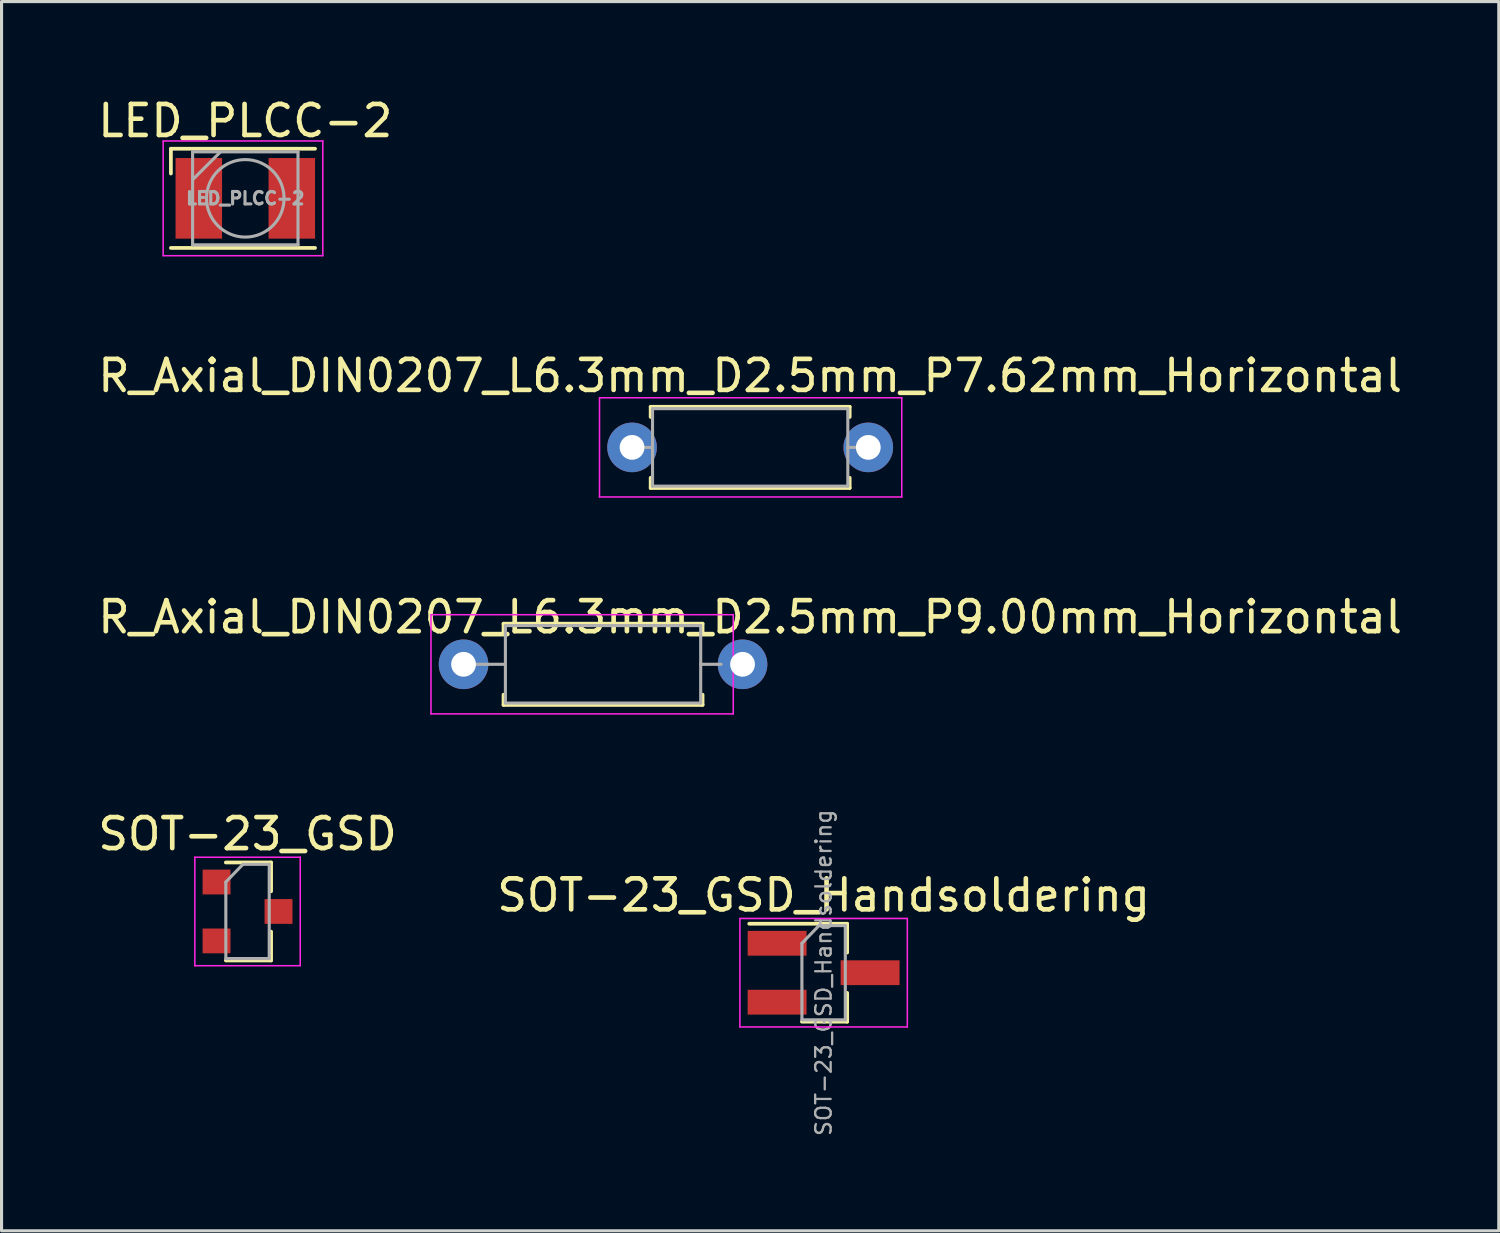
<source format=kicad_pcb>
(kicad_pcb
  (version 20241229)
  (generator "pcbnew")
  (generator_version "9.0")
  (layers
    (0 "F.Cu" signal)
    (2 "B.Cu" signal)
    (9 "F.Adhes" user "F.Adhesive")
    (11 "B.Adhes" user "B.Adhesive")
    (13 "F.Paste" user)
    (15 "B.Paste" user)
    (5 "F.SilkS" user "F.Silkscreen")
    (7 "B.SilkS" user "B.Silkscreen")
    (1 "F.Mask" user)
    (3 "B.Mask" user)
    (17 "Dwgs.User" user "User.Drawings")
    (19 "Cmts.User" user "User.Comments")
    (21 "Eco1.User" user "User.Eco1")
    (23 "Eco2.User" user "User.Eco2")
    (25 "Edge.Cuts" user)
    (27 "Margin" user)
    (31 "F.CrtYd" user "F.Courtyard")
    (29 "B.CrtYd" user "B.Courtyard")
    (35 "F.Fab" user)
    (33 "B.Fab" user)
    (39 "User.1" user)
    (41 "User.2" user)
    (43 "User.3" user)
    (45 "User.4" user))
  (footprint "LED_PLCC-2"
    (layer "F.Cu")
    (at 4.863 3.348)
    (property "Reference" "LED_PLCC-2" (at 0 -2.5 0) (layer "F.SilkS") (effects (font (size 1 1) (thickness 0.15))))
    (attr smd)
    (fp_line (start -2.4 -1.6) (end -2.4 -0.8) (stroke (width 0.12) (type solid)) (layer "F.SilkS"))
    (fp_line (start 2.25 -1.6) (end -2.4 -1.6) (stroke (width 0.12) (type solid)) (layer "F.SilkS"))
    (fp_line (start 2.25 1.6) (end -2.4 1.6) (stroke (width 0.12) (type solid)) (layer "F.SilkS"))
    (fp_line (start -2.65 -1.85) (end 2.5 -1.85) (stroke (width 0.05) (type solid)) (layer "F.CrtYd"))
    (fp_line (start -2.65 1.85) (end -2.65 -1.85) (stroke (width 0.05) (type solid)) (layer "F.CrtYd"))
    (fp_line (start 2.5 -1.85) (end 2.5 1.85) (stroke (width 0.05) (type solid)) (layer "F.CrtYd"))
    (fp_line (start 2.5 1.85) (end -2.65 1.85) (stroke (width 0.05) (type solid)) (layer "F.CrtYd"))
    (fp_line (start -1.7 -1.5) (end -1.7 1.5) (stroke (width 0.1) (type solid)) (layer "F.Fab"))
    (fp_line (start -1.7 -0.6) (end -0.8 -1.5) (stroke (width 0.1) (type solid)) (layer "F.Fab"))
    (fp_line (start -1.7 1.5) (end 1.7 1.5) (stroke (width 0.1) (type solid)) (layer "F.Fab"))
    (fp_line (start 1.7 -1.5) (end -1.7 -1.5) (stroke (width 0.1) (type solid)) (layer "F.Fab"))
    (fp_line (start 1.7 1.5) (end 1.7 -1.5) (stroke (width 0.1) (type solid)) (layer "F.Fab"))
    (fp_circle (center 0 0) (end 0 -1.25) (stroke (width 0.1) (type solid)) (fill no) (layer "F.Fab"))
    (fp_text user "${REFERENCE}" (at 0 0 0) (layer "F.Fab") (effects (font (size 0.4 0.4) (thickness 0.1))))
    (pad "1" smd rect (at -1.5 0) (size 1.5 2.6) (layers "F.Cu" "F.Mask" "F.Paste"))
    (pad "2" smd rect (at 1.5 0) (size 1.5 2.6) (layers "F.Cu" "F.Mask" "F.Paste")))
  (footprint "SOT-23_GSD_Handsoldering"
    (layer "F.Cu")
    (at 23.518 28.328)
    (property "Reference" "SOT-23_GSD_Handsoldering" (at 0 -2.5 0) (layer "F.SilkS") (effects (font (size 1 1) (thickness 0.15))))
    (attr smd)
    (fp_line (start 0.76 -1.58) (end -2.4 -1.58) (stroke (width 0.12) (type solid)) (layer "F.SilkS"))
    (fp_line (start 0.76 -1.58) (end 0.76 -0.65) (stroke (width 0.12) (type solid)) (layer "F.SilkS"))
    (fp_line (start 0.76 1.58) (end -0.7 1.58) (stroke (width 0.12) (type solid)) (layer "F.SilkS"))
    (fp_line (start 0.76 1.58) (end 0.76 0.65) (stroke (width 0.12) (type solid)) (layer "F.SilkS"))
    (fp_line (start -2.7 -1.75) (end 2.7 -1.75) (stroke (width 0.05) (type solid)) (layer "F.CrtYd"))
    (fp_line (start -2.7 1.75) (end -2.7 -1.75) (stroke (width 0.05) (type solid)) (layer "F.CrtYd"))
    (fp_line (start 2.7 -1.75) (end 2.7 1.75) (stroke (width 0.05) (type solid)) (layer "F.CrtYd"))
    (fp_line (start 2.7 1.75) (end -2.7 1.75) (stroke (width 0.05) (type solid)) (layer "F.CrtYd"))
    (fp_line (start -0.7 -0.95) (end -0.7 1.5) (stroke (width 0.1) (type solid)) (layer "F.Fab"))
    (fp_line (start -0.7 -0.95) (end -0.15 -1.52) (stroke (width 0.1) (type solid)) (layer "F.Fab"))
    (fp_line (start -0.7 1.52) (end 0.7 1.52) (stroke (width 0.1) (type solid)) (layer "F.Fab"))
    (fp_line (start -0.15 -1.52) (end 0.7 -1.52) (stroke (width 0.1) (type solid)) (layer "F.Fab"))
    (fp_line (start 0.7 -1.52) (end 0.7 1.52) (stroke (width 0.1) (type solid)) (layer "F.Fab"))
    (fp_text user "${REFERENCE}" (at 0 0 90) (layer "F.Fab") (effects (font (size 0.5 0.5) (thickness 0.075))))
    (pad "D" smd rect (at 1.5 0) (size 1.9 0.8) (layers "F.Cu" "F.Mask" "F.Paste"))
    (pad "G" smd rect (at -1.5 -0.95) (size 1.9 0.8) (layers "F.Cu" "F.Mask" "F.Paste"))
    (pad "S" smd rect (at -1.5 0.95) (size 1.9 0.8) (layers "F.Cu" "F.Mask" "F.Paste")))
  (footprint "R_Axial_DIN0207_L6.3mm_D2.5mm_P7.62mm_Horizontal"
    (layer "F.Cu")
    (at 17.339 11.382)
    (property "Reference" "R_Axial_DIN0207_L6.3mm_D2.5mm_P7.62mm_Horizontal" (at 3.81 -2.31 0) (layer "F.SilkS") (effects (font (size 1 1) (thickness 0.15))))
    (attr through_hole)
    (fp_line (start 0.6 -1.31) (end 7.02 -1.31) (stroke (width 0.12) (type solid)) (layer "F.SilkS"))
    (fp_line (start 0.6 -0.98) (end 0.6 -1.31) (stroke (width 0.12) (type solid)) (layer "F.SilkS"))
    (fp_line (start 0.6 0.98) (end 0.6 1.31) (stroke (width 0.12) (type solid)) (layer "F.SilkS"))
    (fp_line (start 0.6 1.31) (end 7.02 1.31) (stroke (width 0.12) (type solid)) (layer "F.SilkS"))
    (fp_line (start 7.02 -1.31) (end 7.02 -0.98) (stroke (width 0.12) (type solid)) (layer "F.SilkS"))
    (fp_line (start 7.02 1.31) (end 7.02 0.98) (stroke (width 0.12) (type solid)) (layer "F.SilkS"))
    (fp_line (start -1.05 -1.6) (end -1.05 1.6) (stroke (width 0.05) (type solid)) (layer "F.CrtYd"))
    (fp_line (start -1.05 1.6) (end 8.7 1.6) (stroke (width 0.05) (type solid)) (layer "F.CrtYd"))
    (fp_line (start 8.7 -1.6) (end -1.05 -1.6) (stroke (width 0.05) (type solid)) (layer "F.CrtYd"))
    (fp_line (start 8.7 1.6) (end 8.7 -1.6) (stroke (width 0.05) (type solid)) (layer "F.CrtYd"))
    (fp_line (start 0 0) (end 0.66 0) (stroke (width 0.1) (type solid)) (layer "F.Fab"))
    (fp_line (start 0.66 -1.25) (end 0.66 1.25) (stroke (width 0.1) (type solid)) (layer "F.Fab"))
    (fp_line (start 0.66 1.25) (end 6.96 1.25) (stroke (width 0.1) (type solid)) (layer "F.Fab"))
    (fp_line (start 6.96 -1.25) (end 0.66 -1.25) (stroke (width 0.1) (type solid)) (layer "F.Fab"))
    (fp_line (start 6.96 1.25) (end 6.96 -1.25) (stroke (width 0.1) (type solid)) (layer "F.Fab"))
    (fp_line (start 7.62 0) (end 6.96 0) (stroke (width 0.1) (type solid)) (layer "F.Fab"))
    (pad "1" thru_hole circle (at 0 0) (size 1.6 1.6) (drill 0.8) (layers "*.Cu" "*.Mask"))
    (pad "2" thru_hole oval (at 7.62 0) (size 1.6 1.6) (drill 0.8) (layers "*.Cu" "*.Mask")))
  (footprint "R_Axial_DIN0207_L6.3mm_D2.5mm_P9.00mm_Horizontal"
    (layer "F.Cu")
    (at 11.903 18.379)
    (property "Reference" "R_Axial_DIN0207_L6.3mm_D2.5mm_P9.00mm_Horizontal" (at 9.246 -1.524 0) (layer "F.SilkS") (effects (font (size 1 1) (thickness 0.15))))
    (attr through_hole)
    (fp_line (start 1.29 -1.31) (end 7.71 -1.31) (stroke (width 0.12) (type solid)) (layer "F.SilkS"))
    (fp_line (start 1.29 -0.98) (end 1.29 -1.31) (stroke (width 0.12) (type solid)) (layer "F.SilkS"))
    (fp_line (start 1.29 0.98) (end 1.29 1.31) (stroke (width 0.12) (type solid)) (layer "F.SilkS"))
    (fp_line (start 1.29 1.31) (end 7.71 1.31) (stroke (width 0.12) (type solid)) (layer "F.SilkS"))
    (fp_line (start 7.71 -1.31) (end 7.71 -0.98) (stroke (width 0.12) (type solid)) (layer "F.SilkS"))
    (fp_line (start 7.71 1.31) (end 7.71 0.98) (stroke (width 0.12) (type solid)) (layer "F.SilkS"))
    (fp_line (start -1.05 -1.6) (end -1.05 1.6) (stroke (width 0.05) (type solid)) (layer "F.CrtYd"))
    (fp_line (start -1.05 1.6) (end 8.7 1.6) (stroke (width 0.05) (type solid)) (layer "F.CrtYd"))
    (fp_line (start 8.7 -1.6) (end -1.05 -1.6) (stroke (width 0.05) (type solid)) (layer "F.CrtYd"))
    (fp_line (start 8.7 1.6) (end 8.7 -1.6) (stroke (width 0.05) (type solid)) (layer "F.CrtYd"))
    (fp_line (start 0 0) (end 0.66 0) (stroke (width 0.1) (type solid)) (layer "F.Fab"))
    (fp_line (start 1.346 0) (end 0.686 0) (stroke (width 0.1) (type solid)) (layer "F.Fab"))
    (fp_line (start 1.35 -1.25) (end 1.35 1.25) (stroke (width 0.1) (type solid)) (layer "F.Fab"))
    (fp_line (start 1.35 1.25) (end 7.65 1.25) (stroke (width 0.1) (type solid)) (layer "F.Fab"))
    (fp_line (start 7.65 -1.25) (end 1.35 -1.25) (stroke (width 0.1) (type solid)) (layer "F.Fab"))
    (fp_line (start 7.65 1.25) (end 7.65 -1.25) (stroke (width 0.1) (type solid)) (layer "F.Fab"))
    (fp_line (start 8.31 0) (end 7.65 0) (stroke (width 0.1) (type solid)) (layer "F.Fab"))
    (pad "1" thru_hole circle (at 0 0) (size 1.6 1.6) (drill 0.8) (layers "*.Cu" "*.Mask"))
    (pad "2" thru_hole oval (at 9 0) (size 1.6 1.6) (drill 0.8) (layers "*.Cu" "*.Mask")))
  (footprint "SOT-23_GSD"
    (layer "F.Cu")
    (at 4.935 26.352)
    (property "Reference" "SOT-23_GSD" (at 0 -2.5 0) (layer "F.SilkS") (effects (font (size 1 1) (thickness 0.15))))
    (attr smd)
    (fp_line (start 0.76 -1.58) (end -0.7 -1.58) (stroke (width 0.12) (type solid)) (layer "F.SilkS"))
    (fp_line (start 0.76 -1.58) (end 0.76 -0.65) (stroke (width 0.12) (type solid)) (layer "F.SilkS"))
    (fp_line (start 0.76 1.58) (end -0.7 1.58) (stroke (width 0.12) (type solid)) (layer "F.SilkS"))
    (fp_line (start 0.76 1.58) (end 0.76 0.65) (stroke (width 0.12) (type solid)) (layer "F.SilkS"))
    (fp_line (start -1.7 -1.75) (end 1.7 -1.75) (stroke (width 0.05) (type solid)) (layer "F.CrtYd"))
    (fp_line (start -1.7 1.75) (end -1.7 -1.75) (stroke (width 0.05) (type solid)) (layer "F.CrtYd"))
    (fp_line (start 1.7 -1.75) (end 1.7 1.75) (stroke (width 0.05) (type solid)) (layer "F.CrtYd"))
    (fp_line (start 1.7 1.75) (end -1.7 1.75) (stroke (width 0.05) (type solid)) (layer "F.CrtYd"))
    (fp_line (start -0.7 -0.95) (end -0.7 1.5) (stroke (width 0.1) (type solid)) (layer "F.Fab"))
    (fp_line (start -0.7 -0.95) (end -0.15 -1.52) (stroke (width 0.1) (type solid)) (layer "F.Fab"))
    (fp_line (start -0.7 1.52) (end 0.7 1.52) (stroke (width 0.1) (type solid)) (layer "F.Fab"))
    (fp_line (start -0.15 -1.52) (end 0.7 -1.52) (stroke (width 0.1) (type solid)) (layer "F.Fab"))
    (fp_line (start 0.7 -1.52) (end 0.7 1.52) (stroke (width 0.1) (type solid)) (layer "F.Fab"))
    (pad "D" smd rect (at 1 0) (size 0.9 0.8) (layers "F.Cu" "F.Mask" "F.Paste"))
    (pad "G" smd rect (at -1 -0.95) (size 0.9 0.8) (layers "F.Cu" "F.Mask" "F.Paste"))
    (pad "S" smd rect (at -1 0.95) (size 0.9 0.8) (layers "F.Cu" "F.Mask" "F.Paste")))
  (gr_rect
    (start -3 -3)
    (end 45.298 36.653)
    (stroke (width 0.1) (type default))
    (fill no)
    (layer "Edge.Cuts")))
</source>
